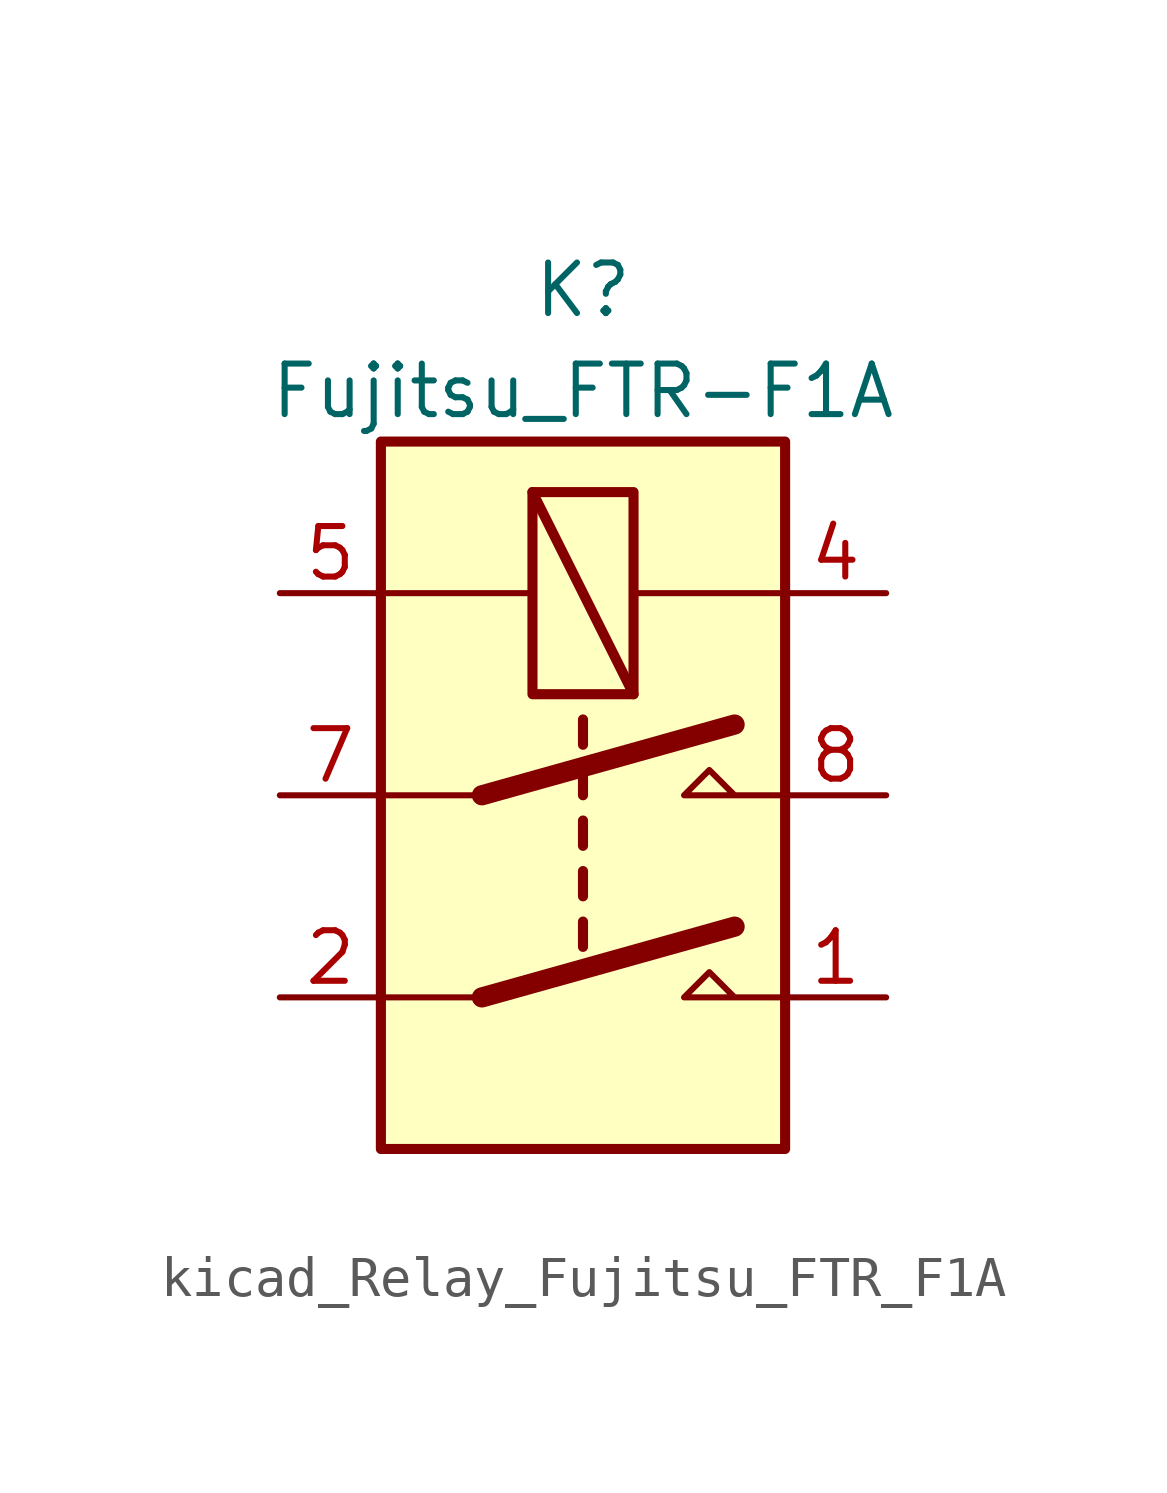
<source format=kicad_sym>
(kicad_symbol_lib
  (version 20220914)
  (generator kicad_symbol_editor)
  (symbol "kicad_Relay_Fujitsu_FTR_F1A"
    (property "Reference" "K"
      (at 0 12.7 0)
      (effects (font (size 1.27 1.27))))
    (property "Value" "Fujitsu_FTR-F1A"
      (at 0 10.16 0)
      (effects (font (size 1.27 1.27))))
    (symbol "kicad_Relay_Fujitsu_FTR_F1A_0_1"
      (rectangle (start -1.27 7.62) (end 1.27 2.54) (stroke (width 0.254) (type default)) (fill (type background)))
      (polyline (pts (xy -1.27 7.62) (xy 1.27 2.54)) (stroke (width 0.254) (type default)) (fill (type none))))
    (symbol "kicad_Relay_Fujitsu_FTR_F1A_1_1"
      (polyline (pts (xy -2.54 -5.08) (xy -5.08 -5.08)) (stroke (width 0) (type default)) (fill (type none)))
      (polyline (pts (xy -2.54 -5.08) (xy 3.81 -3.302)) (stroke (width 0.508) (type default)) (fill (type none)))
      (polyline (pts (xy -2.54 0) (xy -5.08 0)) (stroke (width 0) (type default)) (fill (type none)))
      (polyline (pts (xy -2.54 0) (xy 3.81 1.778)) (stroke (width 0.508) (type default)) (fill (type none)))
      (polyline (pts (xy 0 -3.175) (xy 0 -3.81)) (stroke (width 0.254) (type default)) (fill (type none)))
      (polyline (pts (xy 0 -1.905) (xy 0 -2.54)) (stroke (width 0.254) (type default)) (fill (type none)))
      (polyline (pts (xy 0 -0.635) (xy 0 -1.27)) (stroke (width 0.254) (type default)) (fill (type none)))
      (polyline (pts (xy 0 0.635) (xy 0 0)) (stroke (width 0.254) (type default)) (fill (type none)))
      (polyline (pts (xy 0 1.905) (xy 0 1.27)) (stroke (width 0.254) (type default)) (fill (type none)))
      (polyline (pts (xy 5.08 5.08) (xy 1.27 5.08)) (stroke (width 0) (type default)) (fill (type none)))
      (polyline (pts (xy -5.08 5.08) (xy -1.27 5.08) (xy -1.524 5.08)) (stroke (width 0) (type default)) (fill (type none)))
      (polyline (pts (xy 5.08 -5.08) (xy 2.54 -5.08) (xy 3.175 -4.445) (xy 3.81 -5.08)) (stroke (width 0) (type default)) (fill (type none)))
      (polyline (pts (xy 5.08 0) (xy 2.54 0) (xy 3.175 0.635) (xy 3.81 0)) (stroke (width 0) (type default)) (fill (type none)))
      (rectangle (start 5.08 8.89) (end -5.08 -8.89) (stroke (width 0.254) (type default)) (fill (type background)))
      (pin passive line (at 7.62 -5.08 180) (length 2.54) (name "~" (effects (font (size 1.27 1.27)))) (number "1" (effects (font (size 1.27 1.27)))))
      (pin passive line (at -7.62 -5.08 0) (length 2.54) (name "~" (effects (font (size 1.27 1.27)))) (number "2" (effects (font (size 1.27 1.27)))))
      (pin passive line (at 7.62 5.08 180) (length 2.54) (name "~" (effects (font (size 1.27 1.27)))) (number "4" (effects (font (size 1.27 1.27)))))
      (pin passive line (at -7.62 5.08 0) (length 2.54) (name "~" (effects (font (size 1.27 1.27)))) (number "5" (effects (font (size 1.27 1.27)))))
      (pin passive line (at -7.62 0 0) (length 2.54) (name "~" (effects (font (size 1.27 1.27)))) (number "7" (effects (font (size 1.27 1.27)))))
      (pin passive line (at 7.62 0 180) (length 2.54) (name "~" (effects (font (size 1.27 1.27)))) (number "8" (effects (font (size 1.27 1.27))))))))
</source>
